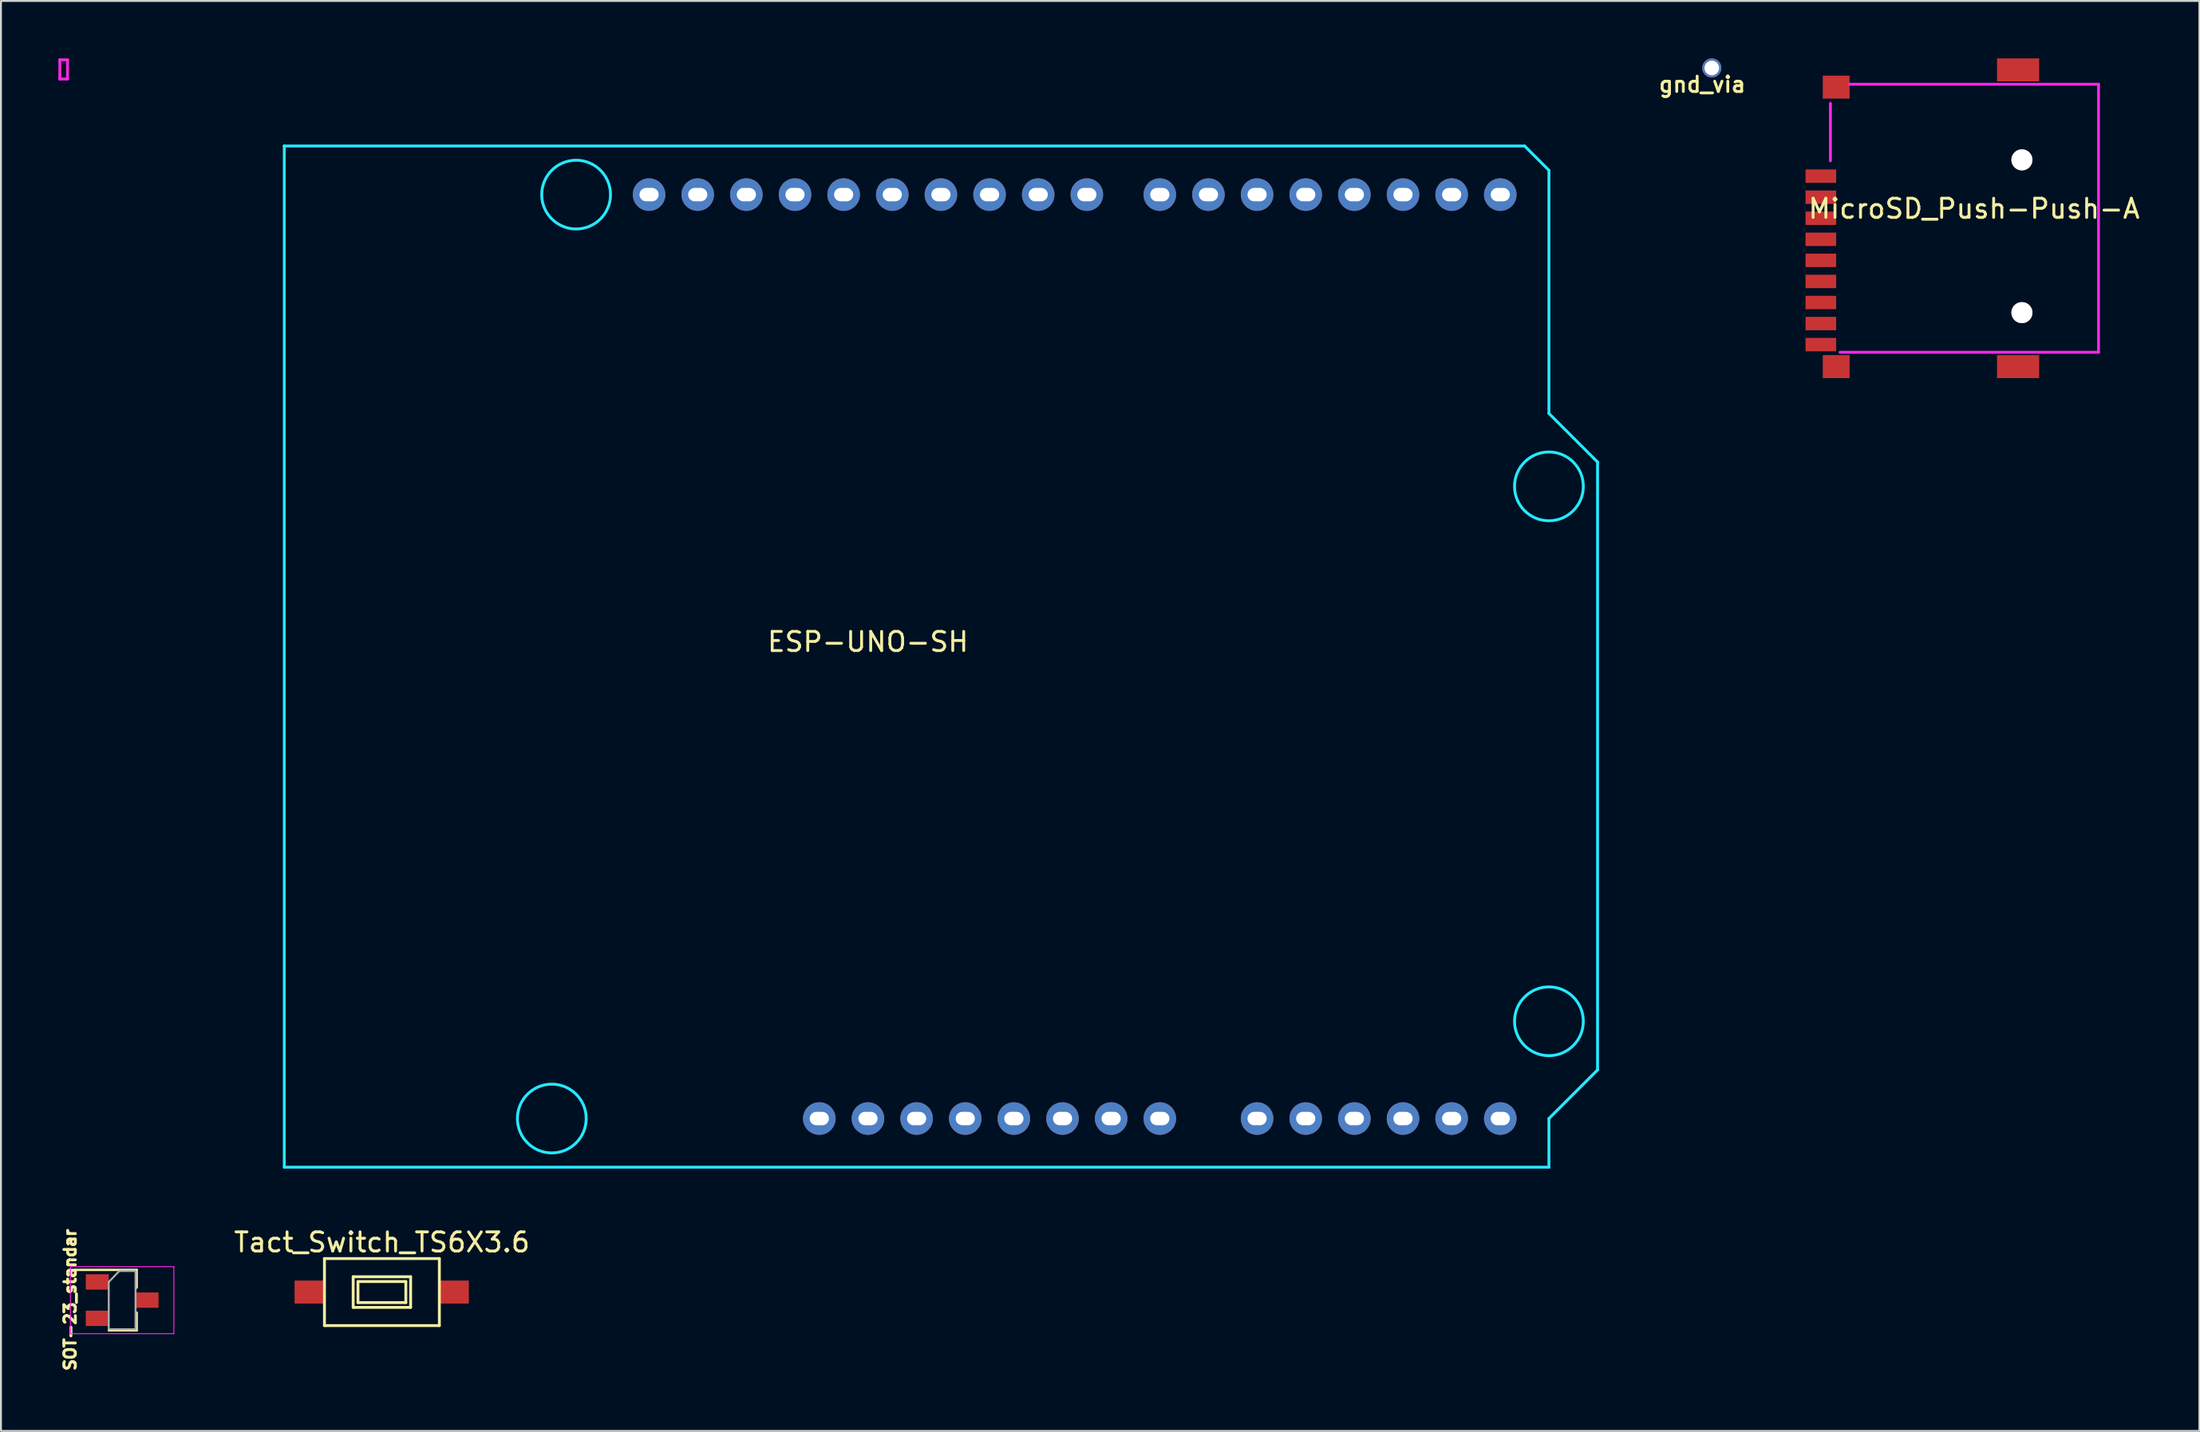
<source format=kicad_pcb>
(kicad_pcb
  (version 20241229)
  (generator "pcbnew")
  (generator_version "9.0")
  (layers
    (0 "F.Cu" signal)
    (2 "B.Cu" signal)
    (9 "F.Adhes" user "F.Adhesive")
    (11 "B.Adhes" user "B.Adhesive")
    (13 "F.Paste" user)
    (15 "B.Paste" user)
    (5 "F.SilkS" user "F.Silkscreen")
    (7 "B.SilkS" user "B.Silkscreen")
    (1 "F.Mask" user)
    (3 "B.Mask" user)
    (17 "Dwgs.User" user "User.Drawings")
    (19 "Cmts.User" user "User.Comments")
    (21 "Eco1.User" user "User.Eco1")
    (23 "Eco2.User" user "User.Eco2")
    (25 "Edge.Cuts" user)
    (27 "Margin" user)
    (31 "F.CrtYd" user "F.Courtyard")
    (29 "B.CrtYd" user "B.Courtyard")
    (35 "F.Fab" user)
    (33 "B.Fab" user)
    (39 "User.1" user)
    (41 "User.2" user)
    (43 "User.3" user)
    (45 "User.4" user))
  (footprint "MicroSD_Push-Push-A"
    (layer "F.Cu")
    (at 92.035 8.35)
    (property "Reference" "MicroSD_Push-Push-A" (at 8 -0.5 0) (layer "F.SilkS") (effects (font (size 1 1) (thickness 0.15))))
    (attr through_hole)
    (fp_line (start 0.5 -3) (end 0.5 -6) (stroke (width 0.15) (type solid)) (layer "F.CrtYd"))
    (fp_line (start 1.5 -7) (end 14.5 -7) (stroke (width 0.15) (type solid)) (layer "F.CrtYd"))
    (fp_line (start 14.5 -7) (end 14.5 7) (stroke (width 0.15) (type solid)) (layer "F.CrtYd"))
    (fp_line (start 14.5 7) (end 1 7) (stroke (width 0.15) (type solid)) (layer "F.CrtYd"))
    (pad "" thru_hole circle (at 10.5 -3.05) (size 1.1 1.1) (drill 1.1) (layers "*.Cu" "*.Mask"))
    (pad "" thru_hole circle (at 10.5 4.93) (size 1.1 1.1) (drill 1.1) (layers "*.Cu" "*.Mask"))
    (pad "1" smd rect (at 0 -2.2) (size 1.6 0.7) (layers "F.Cu" "F.Mask" "F.Paste"))
    (pad "2" smd rect (at 0 -1.1) (size 1.6 0.7) (layers "F.Cu" "F.Mask" "F.Paste"))
    (pad "3" smd rect (at 0 0) (size 1.6 0.7) (layers "F.Cu" "F.Mask" "F.Paste"))
    (pad "4" smd rect (at 0 1.1) (size 1.6 0.7) (layers "F.Cu" "F.Mask" "F.Paste"))
    (pad "5" smd rect (at 0 2.2) (size 1.6 0.7) (layers "F.Cu" "F.Mask" "F.Paste"))
    (pad "6" smd rect (at 0 3.3) (size 1.6 0.7) (layers "F.Cu" "F.Mask" "F.Paste"))
    (pad "7" smd rect (at 0 4.4) (size 1.6 0.7) (layers "F.Cu" "F.Mask" "F.Paste"))
    (pad "8" smd rect (at 0 5.5) (size 1.6 0.7) (layers "F.Cu" "F.Mask" "F.Paste"))
    (pad "9" smd rect (at 0 6.6) (size 1.6 0.7) (layers "F.Cu" "F.Mask" "F.Paste"))
    (pad "10" smd rect (at 0.8 7.75) (size 1.4 1.2) (layers "F.Cu" "F.Mask" "F.Paste"))
    (pad "11" smd rect (at 10.3 -7.75) (size 2.2 1.2) (layers "F.Cu" "F.Mask" "F.Paste"))
    (pad "11" smd rect (at 10.3 7.75) (size 2.2 1.2) (layers "F.Cu" "F.Mask" "F.Paste"))
    (pad "12" smd rect (at 0.8 -6.85) (size 1.4 1.2) (layers "F.Cu" "F.Mask" "F.Paste")))
  (footprint "SOT-23_standar"
    (layer "F.Cu")
    (at 3.329 64.86)
    (property "Reference" "SOT-23_standar" (at -2.715 -0.019 90) (layer "F.SilkS") (effects (font (size 0.6 0.6) (thickness 0.15))))
    (attr smd)
    (fp_line (start 0.76 -1.58) (end -2.4 -1.58) (stroke (width 0.12) (type solid)) (layer "F.SilkS"))
    (fp_line (start 0.76 -1.58) (end 0.76 -0.65) (stroke (width 0.12) (type solid)) (layer "F.SilkS"))
    (fp_line (start 0.76 1.58) (end -0.7 1.58) (stroke (width 0.12) (type solid)) (layer "F.SilkS"))
    (fp_line (start 0.76 1.58) (end 0.76 0.65) (stroke (width 0.12) (type solid)) (layer "F.SilkS"))
    (fp_line (start -2.7 -1.75) (end 2.7 -1.75) (stroke (width 0.05) (type solid)) (layer "F.CrtYd"))
    (fp_line (start -2.7 1.75) (end -2.7 -1.75) (stroke (width 0.05) (type solid)) (layer "F.CrtYd"))
    (fp_line (start 2.7 -1.75) (end 2.7 1.75) (stroke (width 0.05) (type solid)) (layer "F.CrtYd"))
    (fp_line (start 2.7 1.75) (end -2.7 1.75) (stroke (width 0.05) (type solid)) (layer "F.CrtYd"))
    (fp_line (start -0.7 -0.95) (end -0.7 1.5) (stroke (width 0.1) (type solid)) (layer "F.Fab"))
    (fp_line (start -0.7 -0.95) (end -0.15 -1.52) (stroke (width 0.1) (type solid)) (layer "F.Fab"))
    (fp_line (start -0.7 1.52) (end 0.7 1.52) (stroke (width 0.1) (type solid)) (layer "F.Fab"))
    (fp_line (start -0.15 -1.52) (end 0.7 -1.52) (stroke (width 0.1) (type solid)) (layer "F.Fab"))
    (fp_line (start 0.7 -1.52) (end 0.7 1.52) (stroke (width 0.1) (type solid)) (layer "F.Fab"))
    (pad "1" smd rect (at -1.3 -0.95) (size 1.2 0.8) (layers "F.Cu" "F.Mask" "F.Paste"))
    (pad "2" smd rect (at -1.3 0.95) (size 1.2 0.8) (layers "F.Cu" "F.Mask" "F.Paste"))
    (pad "3" smd rect (at 1.3 0) (size 1.2 0.8) (layers "F.Cu" "F.Mask" "F.Paste")))
  (footprint "ESP-UNO-SH"
    (layer "F.Cu")
    (at 42.275 29.975)
    (property "Reference" "ESP-UNO-SH" (at 0 0.5 0) (layer "F.SilkS") (effects (font (size 1 1) (thickness 0.15))))
    (attr through_hole)
    (fp_line (start -30.48 -25.4) (end -30.48 -25.4) (stroke (width 0.15) (type solid)) (layer "B.CrtYd"))
    (fp_line (start -30.48 -25.4) (end 34.29 -25.4) (stroke (width 0.15) (type solid)) (layer "B.CrtYd"))
    (fp_line (start -30.48 27.94) (end -30.48 -25.4) (stroke (width 0.15) (type solid)) (layer "B.CrtYd"))
    (fp_line (start 34.29 -25.4) (end 35.56 -24.13) (stroke (width 0.15) (type solid)) (layer "B.CrtYd"))
    (fp_line (start 35.56 -24.13) (end 35.56 -11.43) (stroke (width 0.15) (type solid)) (layer "B.CrtYd"))
    (fp_line (start 35.56 -11.43) (end 38.1 -8.89) (stroke (width 0.15) (type solid)) (layer "B.CrtYd"))
    (fp_line (start 35.56 25.4) (end 35.56 27.94) (stroke (width 0.15) (type solid)) (layer "B.CrtYd"))
    (fp_line (start 35.56 27.94) (end -30.48 27.94) (stroke (width 0.15) (type solid)) (layer "B.CrtYd"))
    (fp_line (start 38.1 -8.89) (end 38.1 22.86) (stroke (width 0.15) (type solid)) (layer "B.CrtYd"))
    (fp_line (start 38.1 22.86) (end 35.56 25.4) (stroke (width 0.15) (type solid)) (layer "B.CrtYd"))
    (fp_circle (center -16.51 25.4) (end -15.24 24.13) (stroke (width 0.15) (type solid)) (fill no) (layer "B.CrtYd"))
    (fp_circle (center -15.24 -22.86) (end -13.97 -24.13) (stroke (width 0.15) (type solid)) (fill no) (layer "B.CrtYd"))
    (fp_circle (center 35.56 -7.62) (end 36.83 -8.89) (stroke (width 0.15) (type solid)) (fill no) (layer "B.CrtYd"))
    (fp_circle (center 35.56 20.32) (end 36.83 19.05) (stroke (width 0.15) (type solid)) (fill no) (layer "B.CrtYd"))
    (fp_line (start -42.2 -29.9) (end -41.8 -29.9) (stroke (width 0.15) (type solid)) (layer "F.CrtYd"))
    (fp_line (start -42.2 -28.9) (end -42.2 -29.9) (stroke (width 0.15) (type solid)) (layer "F.CrtYd"))
    (fp_line (start -42.2 -28.9) (end -42.2 -28.9) (stroke (width 0.15) (type solid)) (layer "F.CrtYd"))
    (fp_line (start -42.2 -28.9) (end -42.2 -28.9) (stroke (width 0.15) (type solid)) (layer "F.CrtYd"))
    (fp_line (start -42.2 -28.9) (end -42.2 -28.9) (stroke (width 0.15) (type solid)) (layer "F.CrtYd"))
    (fp_line (start -42.2 -28.9) (end -42.2 -28.9) (stroke (width 0.15) (type solid)) (layer "F.CrtYd"))
    (fp_line (start -41.8 -29.9) (end -41.8 -28.9) (stroke (width 0.15) (type solid)) (layer "F.CrtYd"))
    (fp_line (start -41.8 -28.9) (end -42.2 -28.9) (stroke (width 0.15) (type solid)) (layer "F.CrtYd"))
    (pad "1" thru_hole oval (at -2.54 25.4) (size 1.7 1.7) (drill oval 1 0.7) (layers "*.Cu" "*.Mask"))
    (pad "2" thru_hole oval (at 0 25.4) (size 1.7 1.7) (drill oval 1 0.7) (layers "*.Cu" "*.Mask"))
    (pad "3" thru_hole oval (at 2.54 25.4) (size 1.7 1.7) (drill oval 1 0.7) (layers "*.Cu" "*.Mask"))
    (pad "4" thru_hole oval (at 5.08 25.4) (size 1.7 1.7) (drill oval 1 0.7) (layers "*.Cu" "*.Mask"))
    (pad "5" thru_hole oval (at 7.62 25.4) (size 1.7 1.7) (drill oval 1 0.7) (layers "*.Cu" "*.Mask"))
    (pad "6" thru_hole oval (at 10.16 25.4) (size 1.7 1.7) (drill oval 1 0.7) (layers "*.Cu" "*.Mask"))
    (pad "7" thru_hole oval (at 12.7 25.4) (size 1.7 1.7) (drill oval 1 0.7) (layers "*.Cu" "*.Mask"))
    (pad "8" thru_hole oval (at 15.24 25.4) (size 1.7 1.7) (drill oval 1 0.7) (layers "*.Cu" "*.Mask"))
    (pad "9" thru_hole oval (at 20.32 25.4) (size 1.7 1.7) (drill oval 1 0.7) (layers "*.Cu" "*.Mask"))
    (pad "10" thru_hole oval (at 22.86 25.4) (size 1.7 1.7) (drill oval 1 0.7) (layers "*.Cu" "*.Mask"))
    (pad "11" thru_hole oval (at 25.4 25.4) (size 1.7 1.7) (drill oval 1 0.7) (layers "*.Cu" "*.Mask"))
    (pad "12" thru_hole oval (at 27.94 25.4) (size 1.7 1.7) (drill oval 1 0.7) (layers "*.Cu" "*.Mask"))
    (pad "13" thru_hole oval (at 30.48 25.4) (size 1.7 1.7) (drill oval 1 0.7) (layers "*.Cu" "*.Mask"))
    (pad "14" thru_hole oval (at 33.02 25.4) (size 1.7 1.7) (drill oval 1 0.7) (layers "*.Cu" "*.Mask"))
    (pad "15" thru_hole oval (at 33.02 -22.86) (size 1.7 1.7) (drill oval 1 0.7) (layers "*.Cu" "*.Mask"))
    (pad "16" thru_hole oval (at 30.48 -22.86) (size 1.7 1.7) (drill oval 1 0.7) (layers "*.Cu" "*.Mask"))
    (pad "17" thru_hole oval (at 27.94 -22.86) (size 1.7 1.7) (drill oval 1 0.7) (layers "*.Cu" "*.Mask"))
    (pad "18" thru_hole oval (at 25.4 -22.86) (size 1.7 1.7) (drill oval 1 0.7) (layers "*.Cu" "*.Mask"))
    (pad "19" thru_hole oval (at 22.86 -22.86) (size 1.7 1.7) (drill oval 1 0.7) (layers "*.Cu" "*.Mask"))
    (pad "20" thru_hole oval (at 20.32 -22.86) (size 1.7 1.7) (drill oval 1 0.7) (layers "*.Cu" "*.Mask"))
    (pad "21" thru_hole oval (at 17.78 -22.86) (size 1.7 1.7) (drill oval 1 0.7) (layers "*.Cu" "*.Mask"))
    (pad "22" thru_hole oval (at 15.24 -22.86) (size 1.7 1.7) (drill oval 1 0.7) (layers "*.Cu" "*.Mask"))
    (pad "23" thru_hole oval (at 11.43 -22.86) (size 1.7 1.7) (drill oval 1 0.7) (layers "*.Cu" "*.Mask"))
    (pad "24" thru_hole oval (at 8.89 -22.86) (size 1.7 1.7) (drill oval 1 0.7) (layers "*.Cu" "*.Mask"))
    (pad "25" thru_hole oval (at 6.35 -22.86) (size 1.7 1.7) (drill oval 1 0.7) (layers "*.Cu" "*.Mask"))
    (pad "26" thru_hole oval (at 3.81 -22.86) (size 1.7 1.7) (drill oval 1 0.7) (layers "*.Cu" "*.Mask"))
    (pad "27" thru_hole oval (at 1.27 -22.86) (size 1.7 1.7) (drill oval 1 0.7) (layers "*.Cu" "*.Mask"))
    (pad "28" thru_hole oval (at -1.27 -22.86) (size 1.7 1.7) (drill oval 1 0.7) (layers "*.Cu" "*.Mask"))
    (pad "29" thru_hole oval (at -3.81 -22.86) (size 1.7 1.7) (drill oval 1 0.7) (layers "*.Cu" "*.Mask"))
    (pad "30" thru_hole oval (at -6.35 -22.86) (size 1.7 1.7) (drill oval 1 0.7) (layers "*.Cu" "*.Mask"))
    (pad "31" thru_hole oval (at -8.89 -22.86) (size 1.7 1.7) (drill oval 1 0.7) (layers "*.Cu" "*.Mask"))
    (pad "32" thru_hole oval (at -11.43 -22.86) (size 1.7 1.7) (drill oval 1 0.7) (layers "*.Cu" "*.Mask")))
  (footprint "gnd_via"
    (layer "F.Cu")
    (at 85.741 0.5)
    (property "Reference" "gnd_via" (at 0.102 0.864 0) (layer "F.SilkS") (effects (font (size 0.8 0.8) (thickness 0.15))))
    (attr through_hole)
    (pad "GND" thru_hole circle (at 0.6 0) (size 1 1) (drill 0.762) (layers "*.Cu" "*.Mask")))
  (footprint "Tact_Switch_TS6X3.6"
    (layer "F.Cu")
    (at 16.883 64.438)
    (property "Reference" "Tact_Switch_TS6X3.6" (at 0.01 -2.6 0) (layer "F.SilkS") (effects (font (size 1 1) (thickness 0.15))))
    (attr smd)
    (fp_line (start -2.99 -1.75) (end -2.99 1.75) (stroke (width 0.15) (type solid)) (layer "F.SilkS"))
    (fp_line (start -2.99 -1.75) (end 3.01 -1.75) (stroke (width 0.15) (type solid)) (layer "F.SilkS"))
    (fp_line (start -2.99 1.75) (end 3.01 1.75) (stroke (width 0.15) (type solid)) (layer "F.SilkS"))
    (fp_line (start -1.49 -0.8) (end -1.49 0.8) (stroke (width 0.15) (type solid)) (layer "F.SilkS"))
    (fp_line (start -1.49 -0.8) (end 1.51 -0.8) (stroke (width 0.15) (type solid)) (layer "F.SilkS"))
    (fp_line (start -1.49 0.8) (end 1.51 0.8) (stroke (width 0.15) (type solid)) (layer "F.SilkS"))
    (fp_line (start -1.24 -0.55) (end 1.26 -0.55) (stroke (width 0.15) (type solid)) (layer "F.SilkS"))
    (fp_line (start -1.24 0.55) (end -1.24 -0.55) (stroke (width 0.15) (type solid)) (layer "F.SilkS"))
    (fp_line (start 1.26 -0.55) (end 1.26 0.55) (stroke (width 0.15) (type solid)) (layer "F.SilkS"))
    (fp_line (start 1.26 0.55) (end -1.24 0.55) (stroke (width 0.15) (type solid)) (layer "F.SilkS"))
    (fp_line (start 1.51 -0.8) (end 1.51 0.8) (stroke (width 0.15) (type solid)) (layer "F.SilkS"))
    (fp_line (start 3.01 -1.75) (end 3.01 1.75) (stroke (width 0.15) (type solid)) (layer "F.SilkS"))
    (pad "1" smd rect (at -3.8 0) (size 1.5 1.2) (layers "F.Cu" "F.Mask" "F.Paste"))
    (pad "2" smd rect (at 3.8 0) (size 1.5 1.2) (layers "F.Cu" "F.Mask" "F.Paste")))
  (gr_rect
    (start -3 -3)
    (end 111.803 71.691)
    (stroke (width 0.1) (type default))
    (fill no)
    (layer "Edge.Cuts")))
</source>
